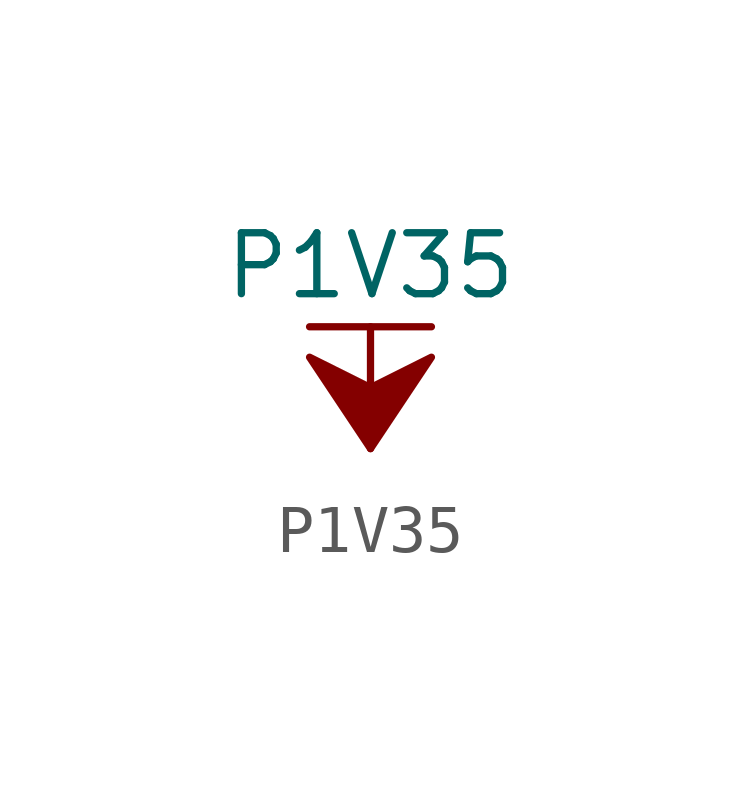
<source format=kicad_sym>
(kicad_symbol_lib
  (version 20211014)
  (generator kicad_symbol_editor)
  (symbol "P1V35"
    (power)
    (pin_names
      (offset 0))
    (property "Reference" "#PWR"
      (at 0 -3.81 0)
      (effects (font (size 1.27 1.27)) hide))
    (property "Value" "P1V35"
      (at 0 3.81 0)
      (effects (font (size 1.27 1.27))))
    (symbol "P1V35_0_1"
      (polyline (pts (xy -1.27 2.54) (xy 1.27 2.54)) (stroke (width 0.152) (type default) (color 0 0 0 0)) (fill (type none)))
      (polyline (pts (xy 0 0) (xy 0 2.54)) (stroke (width 0.152) (type default) (color 0 0 0 0)) (fill (type none)))
      (polyline (pts (xy 0 0) (xy 1.27 1.905) (xy 0 1.27) (xy -1.27 1.905) (xy 0 0)) (stroke (width 0.152) (type default) (color 0 0 0 0)) (fill (type outline))))
    (symbol "P1V35_1_1"
      (pin power_in line (at 0 0 90) (length 0) hide (name "P1V35" (effects (font (size 1.27 1.27)))) (number "1" (effects (font (size 1.27 1.27))))))))
</source>
